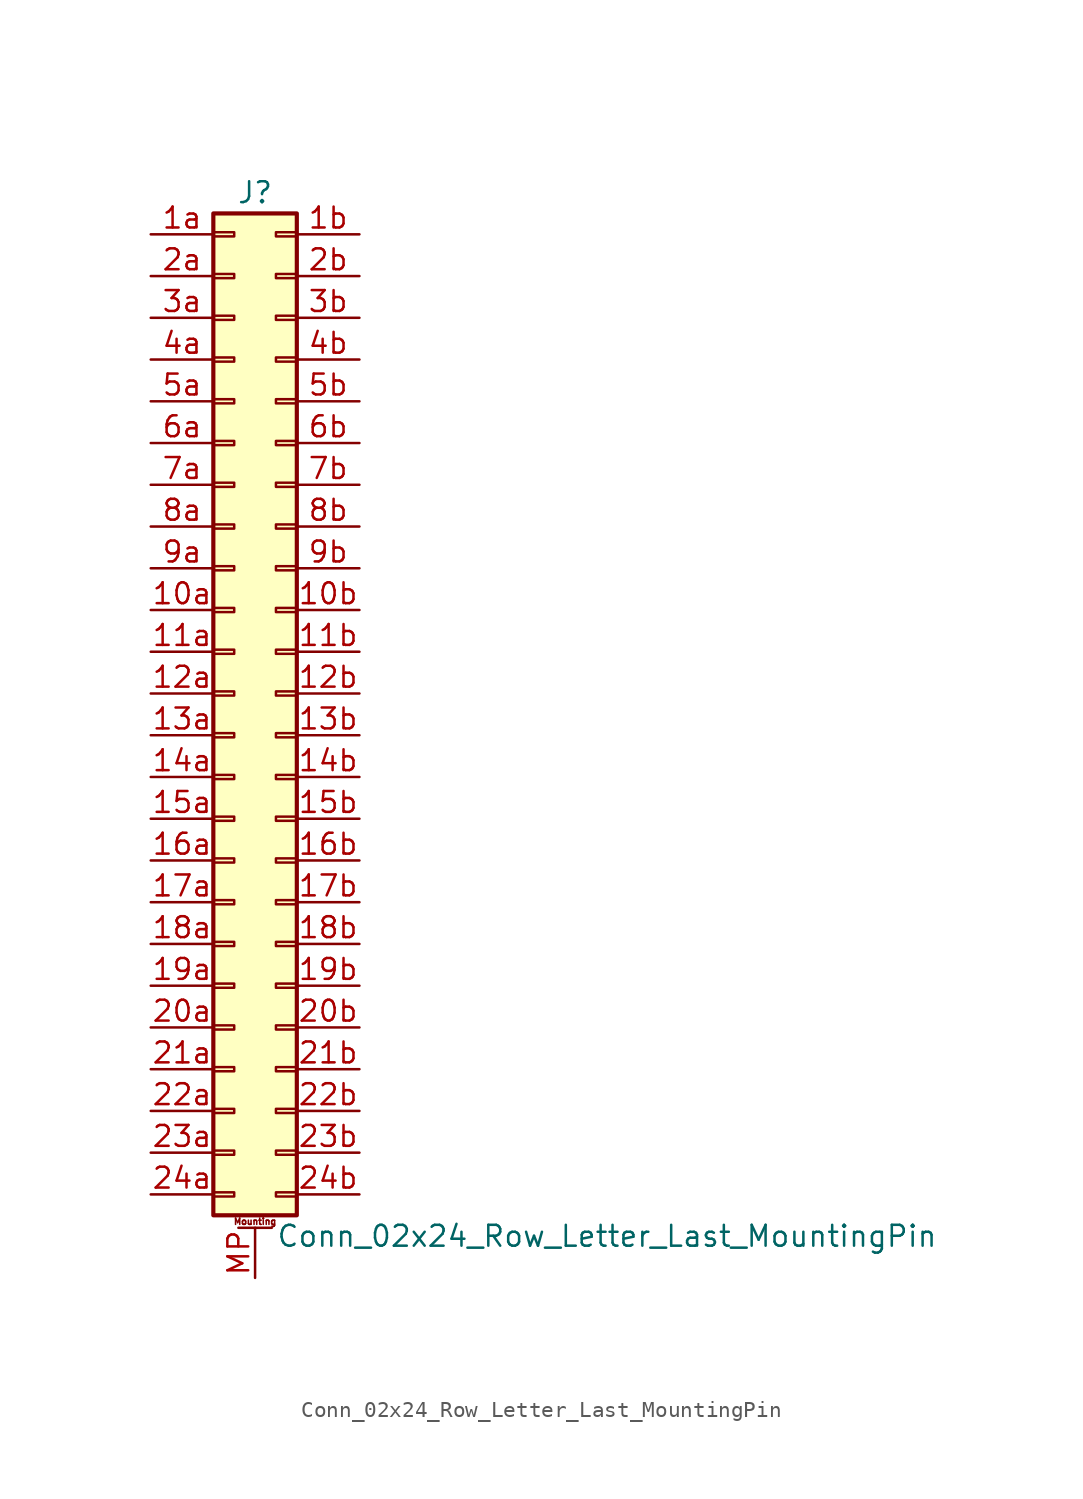
<source format=kicad_sym>
(kicad_symbol_lib
  (version 20201005)
  (generator kicad_symbol_editor)
  (symbol "Conn_02x24_Row_Letter_Last_MountingPin"
    (pin_names
      (offset 1.016) hide)
    (property "Reference" "J"
      (at 1.27 30.48 0)
      (effects (font (size 1.27 1.27))))
    (property "Value" "Conn_02x24_Row_Letter_Last_MountingPin"
      (at 2.54 -33.02 0)
      (effects (font (size 1.27 1.27)) (justify left)))
    (symbol "Conn_02x24_Row_Letter_Last_MountingPin_1_1"
      (text "Mounting" (at 1.27 -32.131 0) (effects (font (size 0.381 0.381))))
      (rectangle (start -1.27 -30.353) (end 0 -30.607) (stroke (width 0.152)) (fill (type none)))
      (rectangle (start -1.27 -27.813) (end 0 -28.067) (stroke (width 0.152)) (fill (type none)))
      (rectangle (start -1.27 -25.273) (end 0 -25.527) (stroke (width 0.152)) (fill (type none)))
      (rectangle (start -1.27 -22.733) (end 0 -22.987) (stroke (width 0.152)) (fill (type none)))
      (rectangle (start -1.27 -20.193) (end 0 -20.447) (stroke (width 0.152)) (fill (type none)))
      (rectangle (start -1.27 -17.653) (end 0 -17.907) (stroke (width 0.152)) (fill (type none)))
      (rectangle (start -1.27 -15.113) (end 0 -15.367) (stroke (width 0.152)) (fill (type none)))
      (rectangle (start -1.27 -12.573) (end 0 -12.827) (stroke (width 0.152)) (fill (type none)))
      (rectangle (start -1.27 -10.033) (end 0 -10.287) (stroke (width 0.152)) (fill (type none)))
      (rectangle (start -1.27 -7.493) (end 0 -7.747) (stroke (width 0.152)) (fill (type none)))
      (rectangle (start -1.27 -4.953) (end 0 -5.207) (stroke (width 0.152)) (fill (type none)))
      (rectangle (start -1.27 -2.413) (end 0 -2.667) (stroke (width 0.152)) (fill (type none)))
      (rectangle (start -1.27 0.127) (end 0 -0.127) (stroke (width 0.152)) (fill (type none)))
      (rectangle (start -1.27 2.667) (end 0 2.413) (stroke (width 0.152)) (fill (type none)))
      (rectangle (start -1.27 5.207) (end 0 4.953) (stroke (width 0.152)) (fill (type none)))
      (rectangle (start -1.27 7.747) (end 0 7.493) (stroke (width 0.152)) (fill (type none)))
      (rectangle (start -1.27 10.287) (end 0 10.033) (stroke (width 0.152)) (fill (type none)))
      (rectangle (start -1.27 12.827) (end 0 12.573) (stroke (width 0.152)) (fill (type none)))
      (rectangle (start -1.27 15.367) (end 0 15.113) (stroke (width 0.152)) (fill (type none)))
      (rectangle (start -1.27 17.907) (end 0 17.653) (stroke (width 0.152)) (fill (type none)))
      (rectangle (start -1.27 20.447) (end 0 20.193) (stroke (width 0.152)) (fill (type none)))
      (rectangle (start -1.27 22.987) (end 0 22.733) (stroke (width 0.152)) (fill (type none)))
      (rectangle (start -1.27 25.527) (end 0 25.273) (stroke (width 0.152)) (fill (type none)))
      (rectangle (start -1.27 28.067) (end 0 27.813) (stroke (width 0.152)) (fill (type none)))
      (rectangle (start -1.27 29.21) (end 3.81 -31.75) (stroke (width 0.254)) (fill (type background)))
      (rectangle (start 3.81 -30.353) (end 2.54 -30.607) (stroke (width 0.152)) (fill (type none)))
      (rectangle (start 3.81 -27.813) (end 2.54 -28.067) (stroke (width 0.152)) (fill (type none)))
      (rectangle (start 3.81 -25.273) (end 2.54 -25.527) (stroke (width 0.152)) (fill (type none)))
      (rectangle (start 3.81 -22.733) (end 2.54 -22.987) (stroke (width 0.152)) (fill (type none)))
      (rectangle (start 3.81 -20.193) (end 2.54 -20.447) (stroke (width 0.152)) (fill (type none)))
      (rectangle (start 3.81 -17.653) (end 2.54 -17.907) (stroke (width 0.152)) (fill (type none)))
      (rectangle (start 3.81 -15.113) (end 2.54 -15.367) (stroke (width 0.152)) (fill (type none)))
      (rectangle (start 3.81 -12.573) (end 2.54 -12.827) (stroke (width 0.152)) (fill (type none)))
      (rectangle (start 3.81 -10.033) (end 2.54 -10.287) (stroke (width 0.152)) (fill (type none)))
      (rectangle (start 3.81 -7.493) (end 2.54 -7.747) (stroke (width 0.152)) (fill (type none)))
      (rectangle (start 3.81 -4.953) (end 2.54 -5.207) (stroke (width 0.152)) (fill (type none)))
      (rectangle (start 3.81 -2.413) (end 2.54 -2.667) (stroke (width 0.152)) (fill (type none)))
      (rectangle (start 3.81 0.127) (end 2.54 -0.127) (stroke (width 0.152)) (fill (type none)))
      (rectangle (start 3.81 2.667) (end 2.54 2.413) (stroke (width 0.152)) (fill (type none)))
      (rectangle (start 3.81 5.207) (end 2.54 4.953) (stroke (width 0.152)) (fill (type none)))
      (rectangle (start 3.81 7.747) (end 2.54 7.493) (stroke (width 0.152)) (fill (type none)))
      (rectangle (start 3.81 10.287) (end 2.54 10.033) (stroke (width 0.152)) (fill (type none)))
      (rectangle (start 3.81 12.827) (end 2.54 12.573) (stroke (width 0.152)) (fill (type none)))
      (rectangle (start 3.81 15.367) (end 2.54 15.113) (stroke (width 0.152)) (fill (type none)))
      (rectangle (start 3.81 17.907) (end 2.54 17.653) (stroke (width 0.152)) (fill (type none)))
      (rectangle (start 3.81 20.447) (end 2.54 20.193) (stroke (width 0.152)) (fill (type none)))
      (rectangle (start 3.81 22.987) (end 2.54 22.733) (stroke (width 0.152)) (fill (type none)))
      (rectangle (start 3.81 25.527) (end 2.54 25.273) (stroke (width 0.152)) (fill (type none)))
      (rectangle (start 3.81 28.067) (end 2.54 27.813) (stroke (width 0.152)) (fill (type none)))
      (polyline (pts (xy 0.254 -32.512) (xy 2.286 -32.512)) (stroke (width 0.152)) (fill (type none)))
      (pin passive line (at -5.08 5.08 0) (length 3.81) (name "Pin_10a" (effects (font (size 1.27 1.27)))) (number "10a" (effects (font (size 1.27 1.27)))))
      (pin passive line (at 7.62 5.08 180) (length 3.81) (name "Pin_10b" (effects (font (size 1.27 1.27)))) (number "10b" (effects (font (size 1.27 1.27)))))
      (pin passive line (at -5.08 2.54 0) (length 3.81) (name "Pin_11a" (effects (font (size 1.27 1.27)))) (number "11a" (effects (font (size 1.27 1.27)))))
      (pin passive line (at 7.62 2.54 180) (length 3.81) (name "Pin_11b" (effects (font (size 1.27 1.27)))) (number "11b" (effects (font (size 1.27 1.27)))))
      (pin passive line (at -5.08 0 0) (length 3.81) (name "Pin_12a" (effects (font (size 1.27 1.27)))) (number "12a" (effects (font (size 1.27 1.27)))))
      (pin passive line (at 7.62 0 180) (length 3.81) (name "Pin_12b" (effects (font (size 1.27 1.27)))) (number "12b" (effects (font (size 1.27 1.27)))))
      (pin passive line (at -5.08 -2.54 0) (length 3.81) (name "Pin_13a" (effects (font (size 1.27 1.27)))) (number "13a" (effects (font (size 1.27 1.27)))))
      (pin passive line (at 7.62 -2.54 180) (length 3.81) (name "Pin_13b" (effects (font (size 1.27 1.27)))) (number "13b" (effects (font (size 1.27 1.27)))))
      (pin passive line (at -5.08 -5.08 0) (length 3.81) (name "Pin_14a" (effects (font (size 1.27 1.27)))) (number "14a" (effects (font (size 1.27 1.27)))))
      (pin passive line (at 7.62 -5.08 180) (length 3.81) (name "Pin_14b" (effects (font (size 1.27 1.27)))) (number "14b" (effects (font (size 1.27 1.27)))))
      (pin passive line (at -5.08 -7.62 0) (length 3.81) (name "Pin_15a" (effects (font (size 1.27 1.27)))) (number "15a" (effects (font (size 1.27 1.27)))))
      (pin passive line (at 7.62 -7.62 180) (length 3.81) (name "Pin_15b" (effects (font (size 1.27 1.27)))) (number "15b" (effects (font (size 1.27 1.27)))))
      (pin passive line (at -5.08 -10.16 0) (length 3.81) (name "Pin_16a" (effects (font (size 1.27 1.27)))) (number "16a" (effects (font (size 1.27 1.27)))))
      (pin passive line (at 7.62 -10.16 180) (length 3.81) (name "Pin_16b" (effects (font (size 1.27 1.27)))) (number "16b" (effects (font (size 1.27 1.27)))))
      (pin passive line (at -5.08 -12.7 0) (length 3.81) (name "Pin_17a" (effects (font (size 1.27 1.27)))) (number "17a" (effects (font (size 1.27 1.27)))))
      (pin passive line (at 7.62 -12.7 180) (length 3.81) (name "Pin_17b" (effects (font (size 1.27 1.27)))) (number "17b" (effects (font (size 1.27 1.27)))))
      (pin passive line (at -5.08 -15.24 0) (length 3.81) (name "Pin_18a" (effects (font (size 1.27 1.27)))) (number "18a" (effects (font (size 1.27 1.27)))))
      (pin passive line (at 7.62 -15.24 180) (length 3.81) (name "Pin_18b" (effects (font (size 1.27 1.27)))) (number "18b" (effects (font (size 1.27 1.27)))))
      (pin passive line (at -5.08 -17.78 0) (length 3.81) (name "Pin_19a" (effects (font (size 1.27 1.27)))) (number "19a" (effects (font (size 1.27 1.27)))))
      (pin passive line (at 7.62 -17.78 180) (length 3.81) (name "Pin_19b" (effects (font (size 1.27 1.27)))) (number "19b" (effects (font (size 1.27 1.27)))))
      (pin passive line (at -5.08 27.94 0) (length 3.81) (name "Pin_1a" (effects (font (size 1.27 1.27)))) (number "1a" (effects (font (size 1.27 1.27)))))
      (pin passive line (at 7.62 27.94 180) (length 3.81) (name "Pin_1b" (effects (font (size 1.27 1.27)))) (number "1b" (effects (font (size 1.27 1.27)))))
      (pin passive line (at -5.08 -20.32 0) (length 3.81) (name "Pin_20a" (effects (font (size 1.27 1.27)))) (number "20a" (effects (font (size 1.27 1.27)))))
      (pin passive line (at 7.62 -20.32 180) (length 3.81) (name "Pin_20b" (effects (font (size 1.27 1.27)))) (number "20b" (effects (font (size 1.27 1.27)))))
      (pin passive line (at -5.08 -22.86 0) (length 3.81) (name "Pin_21a" (effects (font (size 1.27 1.27)))) (number "21a" (effects (font (size 1.27 1.27)))))
      (pin passive line (at 7.62 -22.86 180) (length 3.81) (name "Pin_21b" (effects (font (size 1.27 1.27)))) (number "21b" (effects (font (size 1.27 1.27)))))
      (pin passive line (at -5.08 -25.4 0) (length 3.81) (name "Pin_22a" (effects (font (size 1.27 1.27)))) (number "22a" (effects (font (size 1.27 1.27)))))
      (pin passive line (at 7.62 -25.4 180) (length 3.81) (name "Pin_22b" (effects (font (size 1.27 1.27)))) (number "22b" (effects (font (size 1.27 1.27)))))
      (pin passive line (at -5.08 -27.94 0) (length 3.81) (name "Pin_23a" (effects (font (size 1.27 1.27)))) (number "23a" (effects (font (size 1.27 1.27)))))
      (pin passive line (at 7.62 -27.94 180) (length 3.81) (name "Pin_23b" (effects (font (size 1.27 1.27)))) (number "23b" (effects (font (size 1.27 1.27)))))
      (pin passive line (at -5.08 -30.48 0) (length 3.81) (name "Pin_24a" (effects (font (size 1.27 1.27)))) (number "24a" (effects (font (size 1.27 1.27)))))
      (pin passive line (at 7.62 -30.48 180) (length 3.81) (name "Pin_24b" (effects (font (size 1.27 1.27)))) (number "24b" (effects (font (size 1.27 1.27)))))
      (pin passive line (at -5.08 25.4 0) (length 3.81) (name "Pin_2a" (effects (font (size 1.27 1.27)))) (number "2a" (effects (font (size 1.27 1.27)))))
      (pin passive line (at 7.62 25.4 180) (length 3.81) (name "Pin_2b" (effects (font (size 1.27 1.27)))) (number "2b" (effects (font (size 1.27 1.27)))))
      (pin passive line (at -5.08 22.86 0) (length 3.81) (name "Pin_3a" (effects (font (size 1.27 1.27)))) (number "3a" (effects (font (size 1.27 1.27)))))
      (pin passive line (at 7.62 22.86 180) (length 3.81) (name "Pin_3b" (effects (font (size 1.27 1.27)))) (number "3b" (effects (font (size 1.27 1.27)))))
      (pin passive line (at -5.08 20.32 0) (length 3.81) (name "Pin_4a" (effects (font (size 1.27 1.27)))) (number "4a" (effects (font (size 1.27 1.27)))))
      (pin passive line (at 7.62 20.32 180) (length 3.81) (name "Pin_4b" (effects (font (size 1.27 1.27)))) (number "4b" (effects (font (size 1.27 1.27)))))
      (pin passive line (at -5.08 17.78 0) (length 3.81) (name "Pin_5a" (effects (font (size 1.27 1.27)))) (number "5a" (effects (font (size 1.27 1.27)))))
      (pin passive line (at 7.62 17.78 180) (length 3.81) (name "Pin_5b" (effects (font (size 1.27 1.27)))) (number "5b" (effects (font (size 1.27 1.27)))))
      (pin passive line (at -5.08 15.24 0) (length 3.81) (name "Pin_6a" (effects (font (size 1.27 1.27)))) (number "6a" (effects (font (size 1.27 1.27)))))
      (pin passive line (at 7.62 15.24 180) (length 3.81) (name "Pin_6b" (effects (font (size 1.27 1.27)))) (number "6b" (effects (font (size 1.27 1.27)))))
      (pin passive line (at -5.08 12.7 0) (length 3.81) (name "Pin_7a" (effects (font (size 1.27 1.27)))) (number "7a" (effects (font (size 1.27 1.27)))))
      (pin passive line (at 7.62 12.7 180) (length 3.81) (name "Pin_7b" (effects (font (size 1.27 1.27)))) (number "7b" (effects (font (size 1.27 1.27)))))
      (pin passive line (at -5.08 10.16 0) (length 3.81) (name "Pin_8a" (effects (font (size 1.27 1.27)))) (number "8a" (effects (font (size 1.27 1.27)))))
      (pin passive line (at 7.62 10.16 180) (length 3.81) (name "Pin_8b" (effects (font (size 1.27 1.27)))) (number "8b" (effects (font (size 1.27 1.27)))))
      (pin passive line (at -5.08 7.62 0) (length 3.81) (name "Pin_9a" (effects (font (size 1.27 1.27)))) (number "9a" (effects (font (size 1.27 1.27)))))
      (pin passive line (at 7.62 7.62 180) (length 3.81) (name "Pin_9b" (effects (font (size 1.27 1.27)))) (number "9b" (effects (font (size 1.27 1.27)))))
      (pin passive line (at 1.27 -35.56 90) (length 3.048) (name "MountPin" (effects (font (size 1.27 1.27)))) (number "MP" (effects (font (size 1.27 1.27))))))))
</source>
